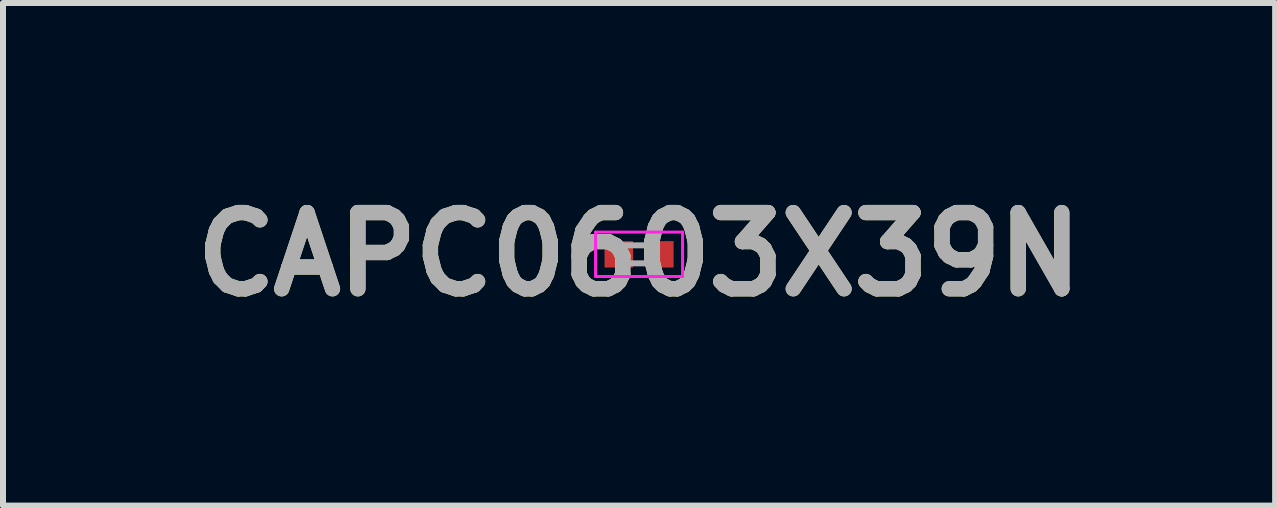
<source format=kicad_pcb>
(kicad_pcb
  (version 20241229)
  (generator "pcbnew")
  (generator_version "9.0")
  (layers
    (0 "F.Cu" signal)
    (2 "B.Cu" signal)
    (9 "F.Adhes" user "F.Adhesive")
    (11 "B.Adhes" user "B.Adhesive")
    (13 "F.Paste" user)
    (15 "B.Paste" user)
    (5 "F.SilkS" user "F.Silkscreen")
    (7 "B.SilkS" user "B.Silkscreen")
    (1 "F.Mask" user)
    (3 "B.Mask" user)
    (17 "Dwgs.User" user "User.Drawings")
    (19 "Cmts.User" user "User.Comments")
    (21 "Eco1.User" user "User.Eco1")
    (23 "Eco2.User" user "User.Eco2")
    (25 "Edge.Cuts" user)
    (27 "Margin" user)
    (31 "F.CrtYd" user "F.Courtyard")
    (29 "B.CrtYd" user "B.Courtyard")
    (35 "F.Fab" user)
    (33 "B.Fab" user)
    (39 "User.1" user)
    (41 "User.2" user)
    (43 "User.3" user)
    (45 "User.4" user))
  (footprint "CAPC0603X39N"
    (layer "F.Cu")
    (at 7.602 1.189)
    (property "Reference" "CAPC0603X39N" (at 0 0 0) (layer "F.SilkS") (effects (font (size 1.27 1.27) (thickness 0.254))))
    (attr smd)
    (fp_line (start -0.725 -0.37) (end 0.725 -0.37) (stroke (width 0.05) (type solid)) (layer "F.CrtYd"))
    (fp_line (start -0.725 0.37) (end -0.725 -0.37) (stroke (width 0.05) (type solid)) (layer "F.CrtYd"))
    (fp_line (start 0.725 -0.37) (end 0.725 0.37) (stroke (width 0.05) (type solid)) (layer "F.CrtYd"))
    (fp_line (start 0.725 0.37) (end -0.725 0.37) (stroke (width 0.05) (type solid)) (layer "F.CrtYd"))
    (fp_line (start -0.3 -0.15) (end 0.3 -0.15) (stroke (width 0.1) (type solid)) (layer "F.Fab"))
    (fp_line (start -0.3 0.15) (end -0.3 -0.15) (stroke (width 0.1) (type solid)) (layer "F.Fab"))
    (fp_line (start 0.3 -0.15) (end 0.3 0.15) (stroke (width 0.1) (type solid)) (layer "F.Fab"))
    (fp_line (start 0.3 0.15) (end -0.3 0.15) (stroke (width 0.1) (type solid)) (layer "F.Fab"))
    (fp_text user "${REFERENCE}" (at 0 0 0) (layer "F.Fab") (effects (font (size 1.27 1.27) (thickness 0.254))))
    (pad "1" smd rect (at -0.338 0 90) (size 0.44 0.475) (layers "F.Cu" "F.Mask" "F.Paste"))
    (pad "2" smd rect (at 0.338 0 90) (size 0.44 0.475) (layers "F.Cu" "F.Mask" "F.Paste")))
  (gr_rect
    (start -3 -3)
    (end 18.204 5.377)
    (stroke (width 0.1) (type default))
    (fill no)
    (layer "Edge.Cuts")))
</source>
